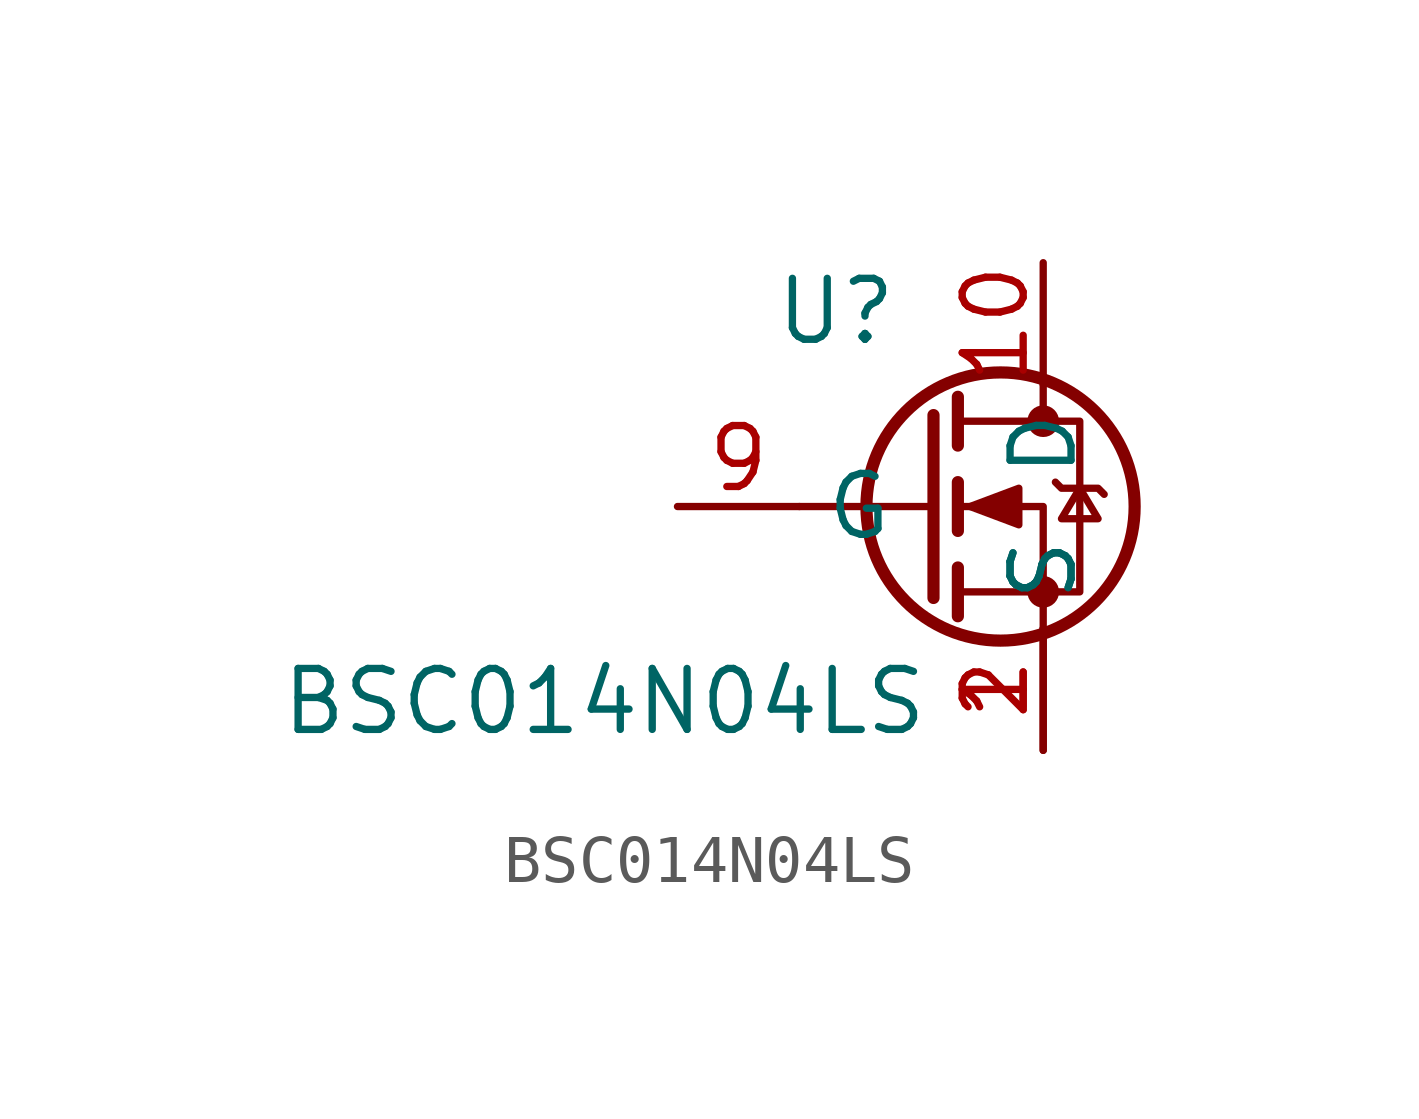
<source format=kicad_sym>
(kicad_symbol_lib
  (version 20211014)
  (generator kicad_symbol_editor)
  (symbol "BSC014N04LS"
    (property "Reference" "U"
      (at 3.302 4.064 0)
      (effects (font (size 1.27 1.27))))
    (property "Value" "BSC014N04LS"
      (at -1.524 -4.064 0)
      (effects (font (size 1.27 1.27))))
    (symbol "BSC014N04LS_0_1"
      (polyline (pts (xy 5.334 0) (xy 2.54 0)) (stroke (width 0) (type default) (color 0 0 0 0)) (fill (type none)))
      (polyline (pts (xy 5.334 1.905) (xy 5.334 -1.905)) (stroke (width 0.254) (type default) (color 0 0 0 0)) (fill (type none)))
      (polyline (pts (xy 5.842 -1.27) (xy 5.842 -2.286)) (stroke (width 0.254) (type default) (color 0 0 0 0)) (fill (type none)))
      (polyline (pts (xy 5.842 0.508) (xy 5.842 -0.508)) (stroke (width 0.254) (type default) (color 0 0 0 0)) (fill (type none)))
      (polyline (pts (xy 5.842 2.286) (xy 5.842 1.27)) (stroke (width 0.254) (type default) (color 0 0 0 0)) (fill (type none)))
      (polyline (pts (xy 7.62 2.54) (xy 7.62 1.778)) (stroke (width 0) (type default) (color 0 0 0 0)) (fill (type none)))
      (polyline (pts (xy 7.62 -2.54) (xy 7.62 0) (xy 5.842 0)) (stroke (width 0) (type default) (color 0 0 0 0)) (fill (type none)))
      (polyline (pts (xy 5.842 -1.778) (xy 8.382 -1.778) (xy 8.382 1.778) (xy 5.842 1.778)) (stroke (width 0) (type default) (color 0 0 0 0)) (fill (type none)))
      (polyline (pts (xy 6.096 0) (xy 7.112 0.381) (xy 7.112 -0.381) (xy 6.096 0)) (stroke (width 0) (type default) (color 0 0 0 0)) (fill (type outline)))
      (polyline (pts (xy 7.874 0.508) (xy 8.001 0.381) (xy 8.763 0.381) (xy 8.89 0.254)) (stroke (width 0) (type default) (color 0 0 0 0)) (fill (type none)))
      (polyline (pts (xy 8.382 0.381) (xy 8.001 -0.254) (xy 8.763 -0.254) (xy 8.382 0.381)) (stroke (width 0) (type default) (color 0 0 0 0)) (fill (type none)))
      (circle (center 6.731 0) (radius 2.794) (stroke (width 0.254) (type default) (color 0 0 0 0)) (fill (type none)))
      (circle (center 7.62 -1.778) (radius 0.254) (stroke (width 0) (type default) (color 0 0 0 0)) (fill (type outline)))
      (circle (center 7.62 1.778) (radius 0.254) (stroke (width 0) (type default) (color 0 0 0 0)) (fill (type outline))))
    (symbol "BSC014N04LS_1_1"
      (pin passive line (at 7.62 -5.08 90) (length 2.54) (name "S" (effects (font (size 1.27 1.27)))) (number "1" (effects (font (size 1.27 1.27)))))
      (pin passive line (at 7.62 5.08 270) (length 2.54) (name "D" (effects (font (size 1.27 1.27)))) (number "10" (effects (font (size 1.27 1.27)))))
      (pin passive line (at 7.62 -5.08 90) (length 2.54) (name "S" (effects (font (size 1.27 1.27)))) (number "2" (effects (font (size 1.27 1.27)))))
      (pin passive line (at 7.62 -5.08 90) (length 2.54) hide (name "S" (effects (font (size 1.27 1.27)))) (number "3" (effects (font (size 1.27 1.27)))))
      (pin passive line (at 0 0 0) (length 2.54) (name "G" (effects (font (size 1.27 1.27)))) (number "9" (effects (font (size 1.27 1.27))))))))
</source>
